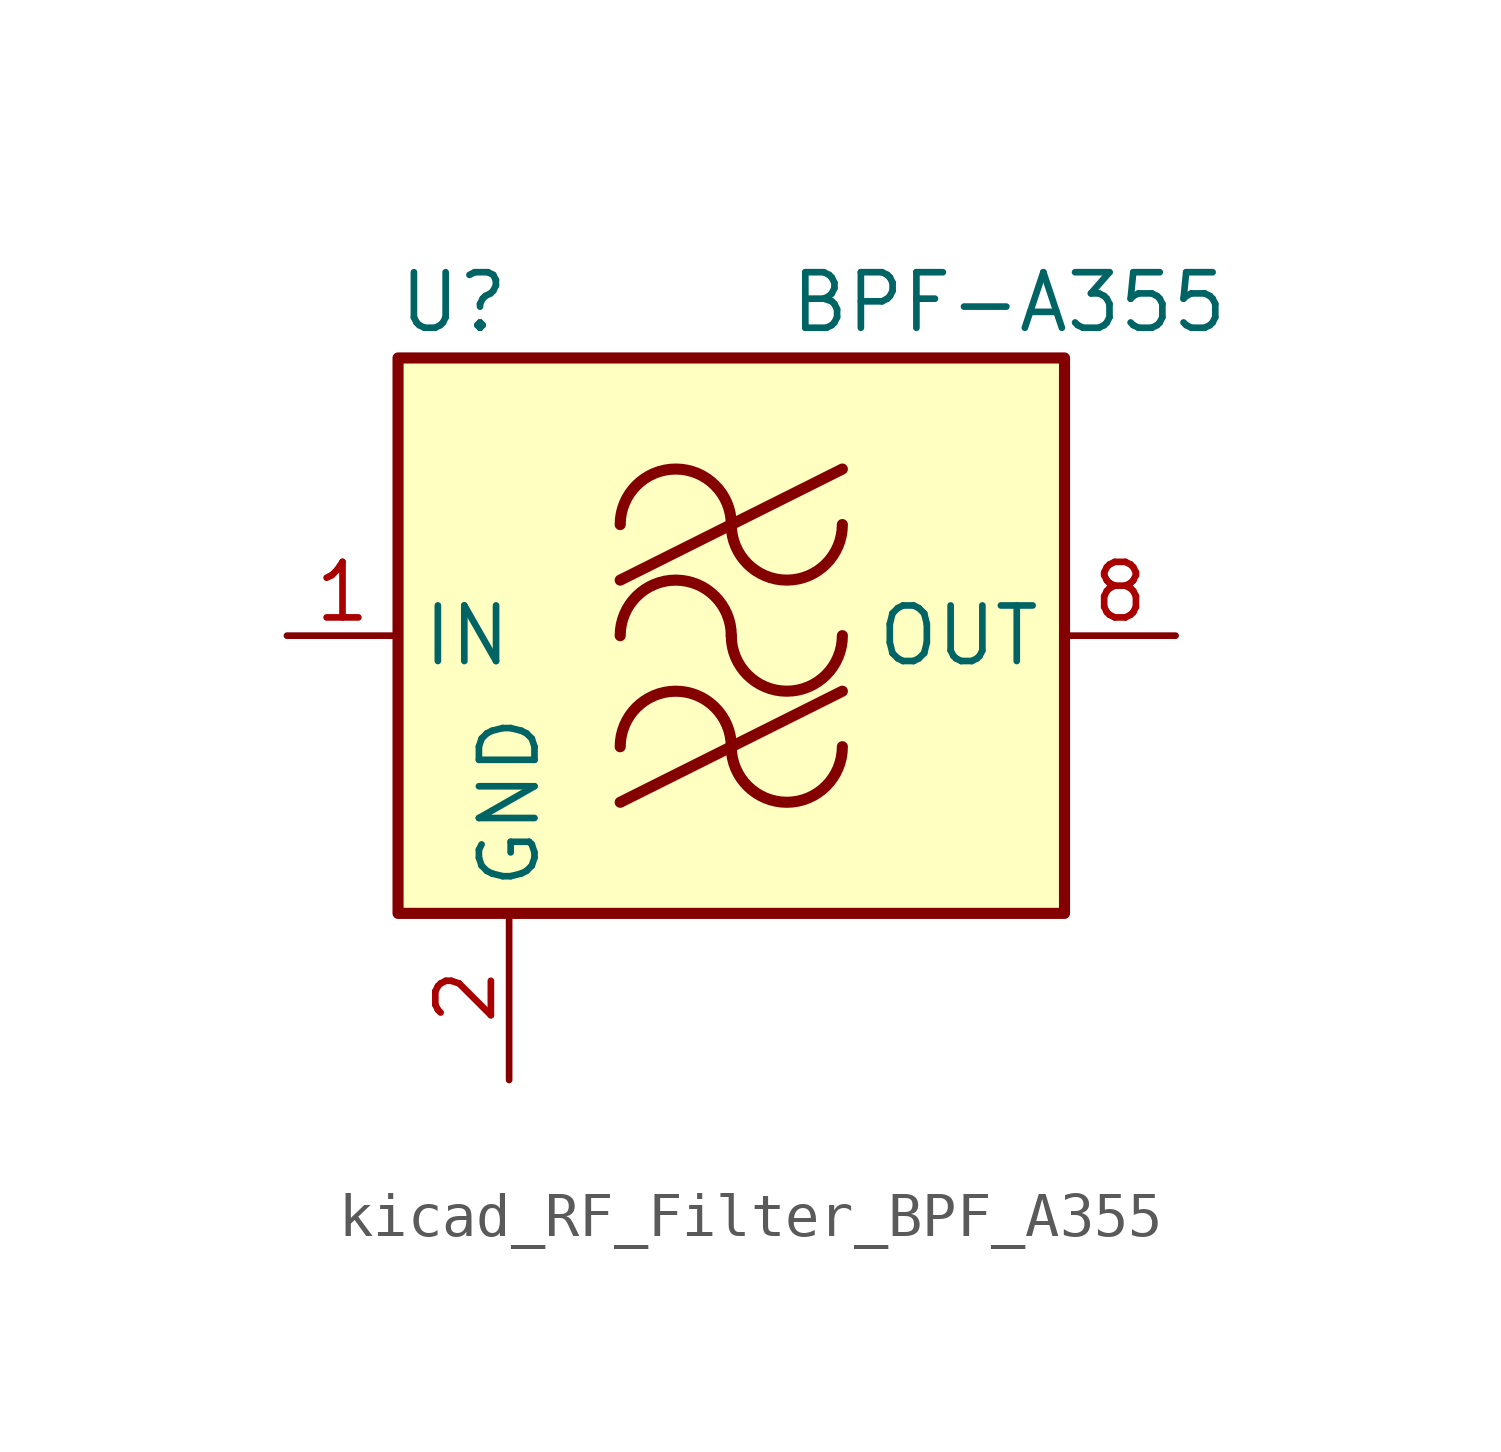
<source format=kicad_sym>
(kicad_symbol_lib
  (version 20220914)
  (generator kicad_symbol_editor)
  (symbol "kicad_RF_Filter_BPF_A355"
    (property "Reference" "U"
      (at -6.35 7.62 0)
      (effects (font (size 1.27 1.27))))
    (property "Value" "BPF-A355"
      (at 6.35 7.62 0)
      (effects (font (size 1.27 1.27))))
    (symbol "kicad_RF_Filter_BPF_A355_0_1"
      (rectangle (start -7.62 6.35) (end 7.62 -6.35) (stroke (width 0.254) (type default)) (fill (type background)))
      (arc (start 0 -2.54) (mid -1.27 -1.2755) (end -2.54 -2.54) (stroke (width 0.254) (type default)) (fill (type none)))
      (arc (start 0 -2.54) (mid 1.27 -3.8045) (end 2.54 -2.54) (stroke (width 0.254) (type default)) (fill (type none)))
      (arc (start 0 0) (mid -1.27 1.2645) (end -2.54 0) (stroke (width 0.254) (type default)) (fill (type none)))
      (polyline (pts (xy -2.54 -3.81) (xy 2.54 -1.27)) (stroke (width 0.254) (type default)) (fill (type none)))
      (polyline (pts (xy -2.54 1.27) (xy 2.54 3.81)) (stroke (width 0.254) (type default)) (fill (type none)))
      (arc (start 0 0) (mid 1.27 -1.2645) (end 2.54 0) (stroke (width 0.254) (type default)) (fill (type none)))
      (arc (start 0 2.54) (mid -1.27 3.8045) (end -2.54 2.54) (stroke (width 0.254) (type default)) (fill (type none)))
      (arc (start 0 2.54) (mid 1.27 1.2755) (end 2.54 2.54) (stroke (width 0.254) (type default)) (fill (type none))))
    (symbol "kicad_RF_Filter_BPF_A355_1_1"
      (pin input line (at -10.16 0 0) (length 2.54) (name "IN" (effects (font (size 1.27 1.27)))) (number "1" (effects (font (size 1.27 1.27)))))
      (pin passive line (at -5.08 -10.16 90) (length 3.81) hide (name "GND" (effects (font (size 1.27 1.27)))) (number "10" (effects (font (size 1.27 1.27)))))
      (pin passive line (at -5.08 -10.16 90) (length 3.81) hide (name "GND" (effects (font (size 1.27 1.27)))) (number "11" (effects (font (size 1.27 1.27)))))
      (pin passive line (at -5.08 -10.16 90) (length 3.81) hide (name "GND" (effects (font (size 1.27 1.27)))) (number "12" (effects (font (size 1.27 1.27)))))
      (pin passive line (at -5.08 -10.16 90) (length 3.81) hide (name "GND" (effects (font (size 1.27 1.27)))) (number "13" (effects (font (size 1.27 1.27)))))
      (pin passive line (at -5.08 -10.16 90) (length 3.81) hide (name "GND" (effects (font (size 1.27 1.27)))) (number "14" (effects (font (size 1.27 1.27)))))
      (pin power_in line (at -5.08 -10.16 90) (length 3.81) (name "GND" (effects (font (size 1.27 1.27)))) (number "2" (effects (font (size 1.27 1.27)))))
      (pin passive line (at -5.08 -10.16 90) (length 3.81) hide (name "GND" (effects (font (size 1.27 1.27)))) (number "3" (effects (font (size 1.27 1.27)))))
      (pin passive line (at -5.08 -10.16 90) (length 3.81) hide (name "GND" (effects (font (size 1.27 1.27)))) (number "4" (effects (font (size 1.27 1.27)))))
      (pin passive line (at -5.08 -10.16 90) (length 3.81) hide (name "GND" (effects (font (size 1.27 1.27)))) (number "5" (effects (font (size 1.27 1.27)))))
      (pin passive line (at -5.08 -10.16 90) (length 3.81) hide (name "GND" (effects (font (size 1.27 1.27)))) (number "6" (effects (font (size 1.27 1.27)))))
      (pin passive line (at -5.08 -10.16 90) (length 3.81) hide (name "GND" (effects (font (size 1.27 1.27)))) (number "7" (effects (font (size 1.27 1.27)))))
      (pin output line (at 10.16 0 180) (length 2.54) (name "OUT" (effects (font (size 1.27 1.27)))) (number "8" (effects (font (size 1.27 1.27)))))
      (pin passive line (at -5.08 -10.16 90) (length 3.81) hide (name "GND" (effects (font (size 1.27 1.27)))) (number "9" (effects (font (size 1.27 1.27))))))))
</source>
